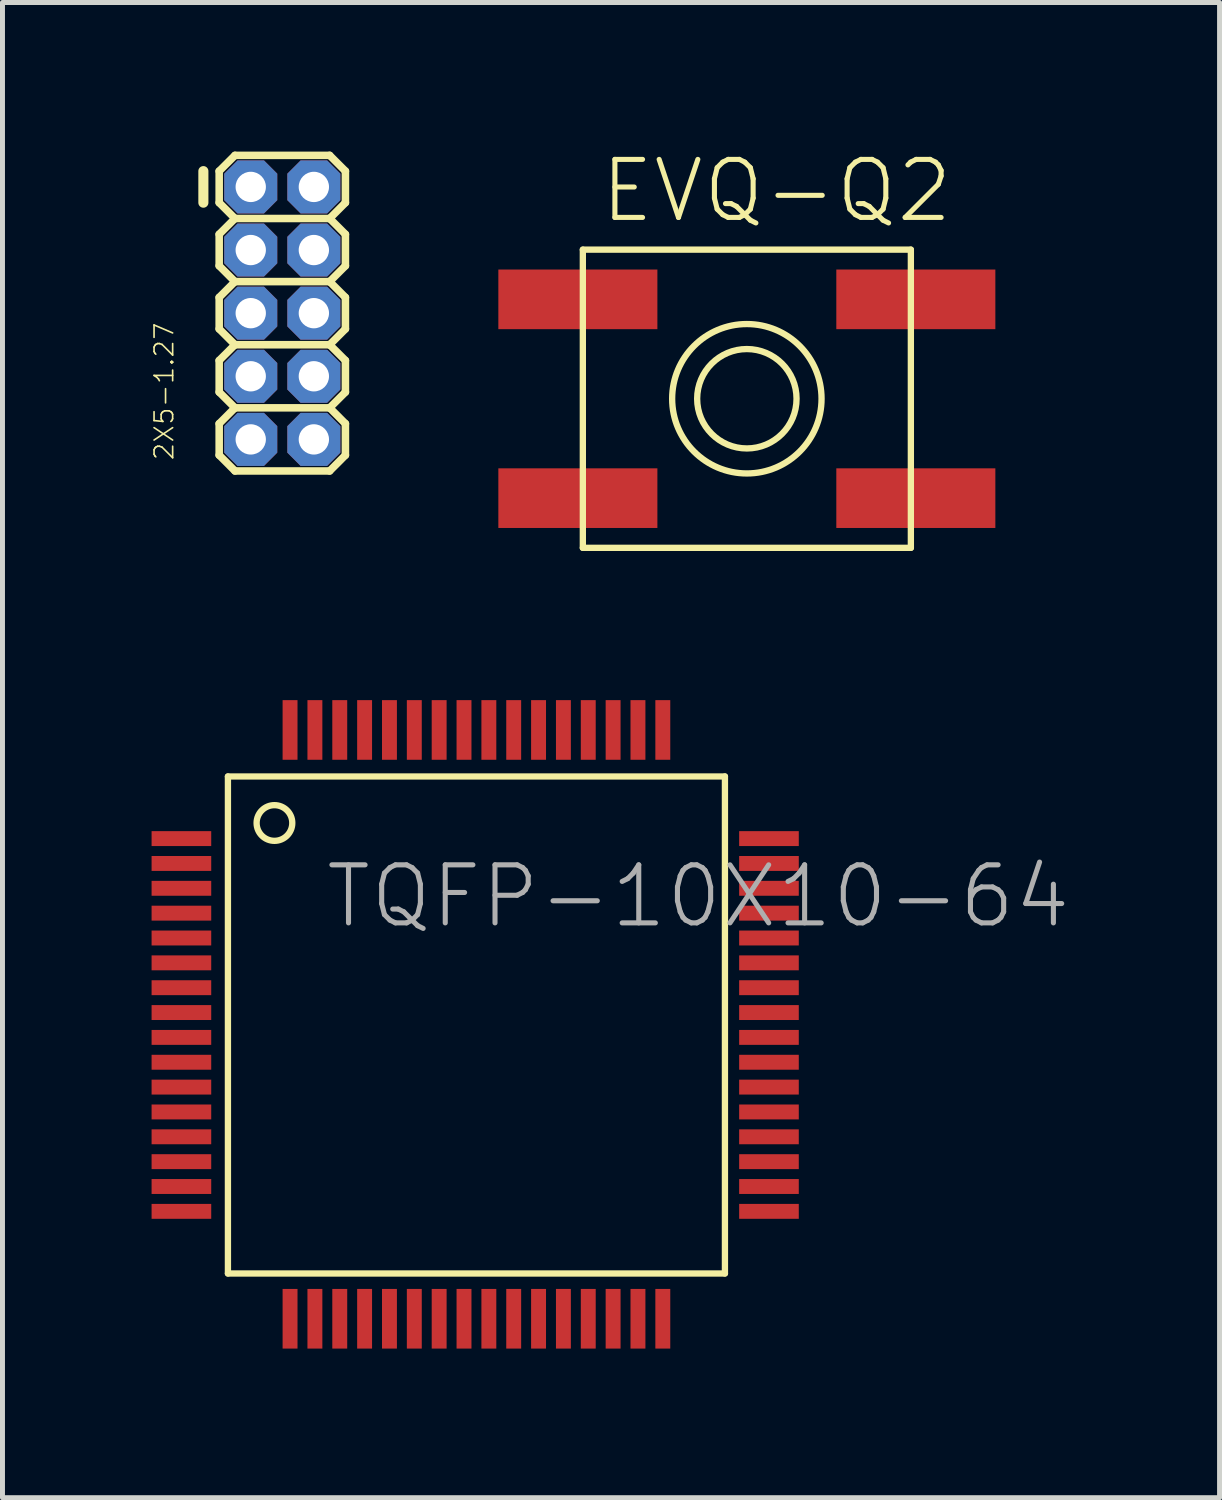
<source format=kicad_pcb>
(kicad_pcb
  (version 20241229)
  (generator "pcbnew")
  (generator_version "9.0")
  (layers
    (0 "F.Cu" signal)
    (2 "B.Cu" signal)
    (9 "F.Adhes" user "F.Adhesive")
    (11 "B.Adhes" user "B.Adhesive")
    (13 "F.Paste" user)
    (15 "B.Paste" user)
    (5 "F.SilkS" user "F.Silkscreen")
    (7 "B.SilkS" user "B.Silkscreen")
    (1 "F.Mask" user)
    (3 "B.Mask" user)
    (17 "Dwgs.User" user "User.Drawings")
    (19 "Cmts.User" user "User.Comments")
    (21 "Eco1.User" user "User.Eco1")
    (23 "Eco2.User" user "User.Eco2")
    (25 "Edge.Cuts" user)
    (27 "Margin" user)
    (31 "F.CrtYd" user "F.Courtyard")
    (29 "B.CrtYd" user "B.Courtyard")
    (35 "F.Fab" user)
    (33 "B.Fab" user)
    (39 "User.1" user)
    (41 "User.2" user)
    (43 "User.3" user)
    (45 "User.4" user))
  (footprint "TQFP-10X10-64"
    (layer "F.Cu")
    (at 6.536 17.573)
    (property "Reference" "TQFP-10X10-64" (at -3.086 -1.906 0) (layer "F.Fab") (effects (font (size 1.168 1.168) (thickness 0.102)) (justify left bottom)))
    (fp_line (start -5 -5) (end -5 5) (stroke (width 0.127) (type solid)) (layer "F.SilkS"))
    (fp_line (start -5 5) (end 5 5) (stroke (width 0.127) (type solid)) (layer "F.SilkS"))
    (fp_line (start 5 -5) (end -5 -5) (stroke (width 0.127) (type solid)) (layer "F.SilkS"))
    (fp_line (start 5 5) (end 5 -5) (stroke (width 0.127) (type solid)) (layer "F.SilkS"))
    (fp_circle (center -4.064 -4.064) (end -3.705 -4.064) (stroke (width 0.127) (type solid)) (fill no) (layer "F.SilkS"))
    (pad "1" smd rect (at -5.936 -3.75 270) (size 0.3 1.2) (layers "F.Cu" "F.Mask" "F.Paste"))
    (pad "2" smd rect (at -5.936 -3.25 270) (size 0.3 1.2) (layers "F.Cu" "F.Mask" "F.Paste"))
    (pad "3" smd rect (at -5.936 -2.75 270) (size 0.3 1.2) (layers "F.Cu" "F.Mask" "F.Paste"))
    (pad "4" smd rect (at -5.936 -2.25 270) (size 0.3 1.2) (layers "F.Cu" "F.Mask" "F.Paste"))
    (pad "5" smd rect (at -5.936 -1.75 270) (size 0.3 1.2) (layers "F.Cu" "F.Mask" "F.Paste"))
    (pad "6" smd rect (at -5.936 -1.25 270) (size 0.3 1.2) (layers "F.Cu" "F.Mask" "F.Paste"))
    (pad "7" smd rect (at -5.936 -0.75 270) (size 0.3 1.2) (layers "F.Cu" "F.Mask" "F.Paste"))
    (pad "8" smd rect (at -5.936 -0.25 270) (size 0.3 1.2) (layers "F.Cu" "F.Mask" "F.Paste"))
    (pad "9" smd rect (at -5.936 0.25 270) (size 0.3 1.2) (layers "F.Cu" "F.Mask" "F.Paste"))
    (pad "10" smd rect (at -5.936 0.75 270) (size 0.3 1.2) (layers "F.Cu" "F.Mask" "F.Paste"))
    (pad "11" smd rect (at -5.936 1.25 270) (size 0.3 1.2) (layers "F.Cu" "F.Mask" "F.Paste"))
    (pad "12" smd rect (at -5.936 1.75 270) (size 0.3 1.2) (layers "F.Cu" "F.Mask" "F.Paste"))
    (pad "13" smd rect (at -5.936 2.25 270) (size 0.3 1.2) (layers "F.Cu" "F.Mask" "F.Paste"))
    (pad "14" smd rect (at -5.936 2.75 270) (size 0.3 1.2) (layers "F.Cu" "F.Mask" "F.Paste"))
    (pad "15" smd rect (at -5.936 3.25 270) (size 0.3 1.2) (layers "F.Cu" "F.Mask" "F.Paste"))
    (pad "16" smd rect (at -5.936 3.75 270) (size 0.3 1.2) (layers "F.Cu" "F.Mask" "F.Paste"))
    (pad "17" smd rect (at -3.75 5.911) (size 0.3 1.2) (layers "F.Cu" "F.Mask" "F.Paste"))
    (pad "18" smd rect (at -3.25 5.911) (size 0.3 1.2) (layers "F.Cu" "F.Mask" "F.Paste"))
    (pad "19" smd rect (at -2.75 5.911) (size 0.3 1.2) (layers "F.Cu" "F.Mask" "F.Paste"))
    (pad "20" smd rect (at -2.25 5.911) (size 0.3 1.2) (layers "F.Cu" "F.Mask" "F.Paste"))
    (pad "21" smd rect (at -1.75 5.911) (size 0.3 1.2) (layers "F.Cu" "F.Mask" "F.Paste"))
    (pad "22" smd rect (at -1.25 5.911) (size 0.3 1.2) (layers "F.Cu" "F.Mask" "F.Paste"))
    (pad "23" smd rect (at -0.75 5.911) (size 0.3 1.2) (layers "F.Cu" "F.Mask" "F.Paste"))
    (pad "24" smd rect (at -0.25 5.911) (size 0.3 1.2) (layers "F.Cu" "F.Mask" "F.Paste"))
    (pad "25" smd rect (at 0.25 5.911) (size 0.3 1.2) (layers "F.Cu" "F.Mask" "F.Paste"))
    (pad "26" smd rect (at 0.75 5.911) (size 0.3 1.2) (layers "F.Cu" "F.Mask" "F.Paste"))
    (pad "27" smd rect (at 1.25 5.911) (size 0.3 1.2) (layers "F.Cu" "F.Mask" "F.Paste"))
    (pad "28" smd rect (at 1.75 5.911) (size 0.3 1.2) (layers "F.Cu" "F.Mask" "F.Paste"))
    (pad "29" smd rect (at 2.25 5.911) (size 0.3 1.2) (layers "F.Cu" "F.Mask" "F.Paste"))
    (pad "30" smd rect (at 2.75 5.911) (size 0.3 1.2) (layers "F.Cu" "F.Mask" "F.Paste"))
    (pad "31" smd rect (at 3.25 5.911) (size 0.3 1.2) (layers "F.Cu" "F.Mask" "F.Paste"))
    (pad "32" smd rect (at 3.75 5.911) (size 0.3 1.2) (layers "F.Cu" "F.Mask" "F.Paste"))
    (pad "33" smd rect (at 5.886 3.75 90) (size 0.3 1.2) (layers "F.Cu" "F.Mask" "F.Paste"))
    (pad "34" smd rect (at 5.886 3.25 90) (size 0.3 1.2) (layers "F.Cu" "F.Mask" "F.Paste"))
    (pad "35" smd rect (at 5.886 2.75 90) (size 0.3 1.2) (layers "F.Cu" "F.Mask" "F.Paste"))
    (pad "36" smd rect (at 5.886 2.25 90) (size 0.3 1.2) (layers "F.Cu" "F.Mask" "F.Paste"))
    (pad "37" smd rect (at 5.886 1.75 90) (size 0.3 1.2) (layers "F.Cu" "F.Mask" "F.Paste"))
    (pad "38" smd rect (at 5.886 1.25 90) (size 0.3 1.2) (layers "F.Cu" "F.Mask" "F.Paste"))
    (pad "39" smd rect (at 5.886 0.75 90) (size 0.3 1.2) (layers "F.Cu" "F.Mask" "F.Paste"))
    (pad "40" smd rect (at 5.886 0.25 90) (size 0.3 1.2) (layers "F.Cu" "F.Mask" "F.Paste"))
    (pad "41" smd rect (at 5.886 -0.25 90) (size 0.3 1.2) (layers "F.Cu" "F.Mask" "F.Paste"))
    (pad "42" smd rect (at 5.886 -0.75 90) (size 0.3 1.2) (layers "F.Cu" "F.Mask" "F.Paste"))
    (pad "43" smd rect (at 5.886 -1.25 90) (size 0.3 1.2) (layers "F.Cu" "F.Mask" "F.Paste"))
    (pad "44" smd rect (at 5.886 -1.75 90) (size 0.3 1.2) (layers "F.Cu" "F.Mask" "F.Paste"))
    (pad "45" smd rect (at 5.886 -2.25 90) (size 0.3 1.2) (layers "F.Cu" "F.Mask" "F.Paste"))
    (pad "46" smd rect (at 5.886 -2.75 90) (size 0.3 1.2) (layers "F.Cu" "F.Mask" "F.Paste"))
    (pad "47" smd rect (at 5.886 -3.25 90) (size 0.3 1.2) (layers "F.Cu" "F.Mask" "F.Paste"))
    (pad "48" smd rect (at 5.886 -3.75 90) (size 0.3 1.2) (layers "F.Cu" "F.Mask" "F.Paste"))
    (pad "49" smd rect (at 3.75 -5.936 180) (size 0.3 1.2) (layers "F.Cu" "F.Mask" "F.Paste"))
    (pad "50" smd rect (at 3.25 -5.936 180) (size 0.3 1.2) (layers "F.Cu" "F.Mask" "F.Paste"))
    (pad "51" smd rect (at 2.75 -5.936 180) (size 0.3 1.2) (layers "F.Cu" "F.Mask" "F.Paste"))
    (pad "52" smd rect (at 2.25 -5.936 180) (size 0.3 1.2) (layers "F.Cu" "F.Mask" "F.Paste"))
    (pad "53" smd rect (at 1.75 -5.936 180) (size 0.3 1.2) (layers "F.Cu" "F.Mask" "F.Paste"))
    (pad "54" smd rect (at 1.25 -5.936 180) (size 0.3 1.2) (layers "F.Cu" "F.Mask" "F.Paste"))
    (pad "55" smd rect (at 0.75 -5.936 180) (size 0.3 1.2) (layers "F.Cu" "F.Mask" "F.Paste"))
    (pad "56" smd rect (at 0.25 -5.936 180) (size 0.3 1.2) (layers "F.Cu" "F.Mask" "F.Paste"))
    (pad "57" smd rect (at -0.25 -5.936 180) (size 0.3 1.2) (layers "F.Cu" "F.Mask" "F.Paste"))
    (pad "58" smd rect (at -0.75 -5.936 180) (size 0.3 1.2) (layers "F.Cu" "F.Mask" "F.Paste"))
    (pad "59" smd rect (at -1.25 -5.936 180) (size 0.3 1.2) (layers "F.Cu" "F.Mask" "F.Paste"))
    (pad "60" smd rect (at -1.75 -5.936 180) (size 0.3 1.2) (layers "F.Cu" "F.Mask" "F.Paste"))
    (pad "61" smd rect (at -2.25 -5.936 180) (size 0.3 1.2) (layers "F.Cu" "F.Mask" "F.Paste"))
    (pad "62" smd rect (at -2.75 -5.936 180) (size 0.3 1.2) (layers "F.Cu" "F.Mask" "F.Paste"))
    (pad "63" smd rect (at -3.25 -5.936 180) (size 0.3 1.2) (layers "F.Cu" "F.Mask" "F.Paste"))
    (pad "64" smd rect (at -3.75 -5.936 180) (size 0.3 1.2) (layers "F.Cu" "F.Mask" "F.Paste")))
  (footprint "EVQ-Q2"
    (layer "F.Cu")
    (at 11.977 4.973)
    (property "Reference" "EVQ-Q2" (at -3 -3.5 0) (layer "F.SilkS") (effects (font (size 1.168 1.168) (thickness 0.102)) (justify left bottom)))
    (fp_line (start -3.3 -3) (end 3.3 -3) (stroke (width 0.127) (type solid)) (layer "F.SilkS"))
    (fp_line (start -3.3 3) (end -3.3 -3) (stroke (width 0.127) (type solid)) (layer "F.SilkS"))
    (fp_line (start 3.3 -3) (end 3.3 3) (stroke (width 0.127) (type solid)) (layer "F.SilkS"))
    (fp_line (start 3.3 3) (end -3.3 3) (stroke (width 0.127) (type solid)) (layer "F.SilkS"))
    (fp_circle (center 0 0) (end 1 0) (stroke (width 0.127) (type solid)) (fill no) (layer "F.SilkS"))
    (fp_circle (center 0 0) (end 1.503 0) (stroke (width 0.127) (type solid)) (fill no) (layer "F.SilkS"))
    (pad "A" smd rect (at -3.4 2) (size 3.2 1.2) (layers "F.Cu" "F.Mask" "F.Paste"))
    (pad "A'" smd rect (at 3.4 2) (size 3.2 1.2) (layers "F.Cu" "F.Mask" "F.Paste"))
    (pad "B" smd rect (at -3.4 -2) (size 3.2 1.2) (layers "F.Cu" "F.Mask" "F.Paste"))
    (pad "B'" smd rect (at 3.4 -2) (size 3.2 1.2) (layers "F.Cu" "F.Mask" "F.Paste")))
  (footprint "2X5-1.27"
    (layer "F.Cu")
    (at 3.265 4.521)
    (property "Reference" "2X5-1.27" (at -2.794 1.714 90) (layer "F.SilkS") (effects (font (size 0.374 0.374) (thickness 0.033)) (justify left bottom)))
    (fp_line (start -2.223 -4.128) (end -2.223 -3.493) (stroke (width 0.203) (type solid)) (layer "F.SilkS"))
    (fp_line (start -1.905 -4.128) (end -1.905 -3.493) (stroke (width 0.152) (type solid)) (layer "F.SilkS"))
    (fp_line (start -1.905 -3.493) (end -1.587 -3.175) (stroke (width 0.152) (type solid)) (layer "F.SilkS"))
    (fp_line (start -1.905 -2.857) (end -1.905 -2.223) (stroke (width 0.152) (type solid)) (layer "F.SilkS"))
    (fp_line (start -1.905 -2.223) (end -1.587 -1.905) (stroke (width 0.152) (type solid)) (layer "F.SilkS"))
    (fp_line (start -1.905 -1.587) (end -1.905 -0.953) (stroke (width 0.152) (type solid)) (layer "F.SilkS"))
    (fp_line (start -1.905 -0.953) (end -1.587 -0.635) (stroke (width 0.152) (type solid)) (layer "F.SilkS"))
    (fp_line (start -1.905 -0.318) (end -1.905 0.318) (stroke (width 0.152) (type solid)) (layer "F.SilkS"))
    (fp_line (start -1.905 0.318) (end -1.587 0.635) (stroke (width 0.152) (type solid)) (layer "F.SilkS"))
    (fp_line (start -1.905 0.953) (end -1.905 1.587) (stroke (width 0.152) (type solid)) (layer "F.SilkS"))
    (fp_line (start -1.905 1.587) (end -1.587 1.905) (stroke (width 0.152) (type solid)) (layer "F.SilkS"))
    (fp_line (start -1.587 -4.445) (end -1.905 -4.128) (stroke (width 0.152) (type solid)) (layer "F.SilkS"))
    (fp_line (start -1.587 -4.445) (end 0.318 -4.445) (stroke (width 0.152) (type solid)) (layer "F.SilkS"))
    (fp_line (start -1.587 -3.175) (end -1.905 -2.857) (stroke (width 0.152) (type solid)) (layer "F.SilkS"))
    (fp_line (start -1.587 -1.905) (end -1.905 -1.587) (stroke (width 0.152) (type solid)) (layer "F.SilkS"))
    (fp_line (start -1.587 -0.635) (end -1.905 -0.318) (stroke (width 0.152) (type solid)) (layer "F.SilkS"))
    (fp_line (start -1.587 0.635) (end -1.905 0.953) (stroke (width 0.152) (type solid)) (layer "F.SilkS"))
    (fp_line (start 0.318 -4.445) (end 0.635 -4.128) (stroke (width 0.152) (type solid)) (layer "F.SilkS"))
    (fp_line (start 0.318 -3.175) (end -1.587 -3.175) (stroke (width 0.152) (type solid)) (layer "F.SilkS"))
    (fp_line (start 0.318 -3.175) (end 0.635 -2.857) (stroke (width 0.152) (type solid)) (layer "F.SilkS"))
    (fp_line (start 0.318 -1.905) (end -1.587 -1.905) (stroke (width 0.152) (type solid)) (layer "F.SilkS"))
    (fp_line (start 0.318 -1.905) (end 0.635 -1.587) (stroke (width 0.152) (type solid)) (layer "F.SilkS"))
    (fp_line (start 0.318 -0.635) (end -1.587 -0.635) (stroke (width 0.152) (type solid)) (layer "F.SilkS"))
    (fp_line (start 0.318 -0.635) (end 0.635 -0.318) (stroke (width 0.152) (type solid)) (layer "F.SilkS"))
    (fp_line (start 0.318 0.635) (end -1.587 0.635) (stroke (width 0.152) (type solid)) (layer "F.SilkS"))
    (fp_line (start 0.318 0.635) (end 0.635 0.953) (stroke (width 0.152) (type solid)) (layer "F.SilkS"))
    (fp_line (start 0.318 1.905) (end -1.587 1.905) (stroke (width 0.152) (type solid)) (layer "F.SilkS"))
    (fp_line (start 0.635 -4.128) (end 0.635 -3.493) (stroke (width 0.152) (type solid)) (layer "F.SilkS"))
    (fp_line (start 0.635 -3.493) (end 0.318 -3.175) (stroke (width 0.152) (type solid)) (layer "F.SilkS"))
    (fp_line (start 0.635 -2.857) (end 0.635 -2.223) (stroke (width 0.152) (type solid)) (layer "F.SilkS"))
    (fp_line (start 0.635 -2.223) (end 0.318 -1.905) (stroke (width 0.152) (type solid)) (layer "F.SilkS"))
    (fp_line (start 0.635 -1.587) (end 0.635 -0.953) (stroke (width 0.152) (type solid)) (layer "F.SilkS"))
    (fp_line (start 0.635 -0.953) (end 0.318 -0.635) (stroke (width 0.152) (type solid)) (layer "F.SilkS"))
    (fp_line (start 0.635 -0.318) (end 0.635 0.318) (stroke (width 0.152) (type solid)) (layer "F.SilkS"))
    (fp_line (start 0.635 0.318) (end 0.318 0.635) (stroke (width 0.152) (type solid)) (layer "F.SilkS"))
    (fp_line (start 0.635 0.953) (end 0.635 1.587) (stroke (width 0.152) (type solid)) (layer "F.SilkS"))
    (fp_line (start 0.635 1.587) (end 0.318 1.905) (stroke (width 0.152) (type solid)) (layer "F.SilkS"))
    (fp_poly (pts (xy -1.397 -3.683) (xy -1.143 -3.683) (xy -1.143 -3.937) (xy -1.397 -3.937)) (stroke (width 0.1) (type solid)) (fill no) (layer "F.Fab"))
    (fp_poly (pts (xy -1.397 -2.413) (xy -1.143 -2.413) (xy -1.143 -2.667) (xy -1.397 -2.667)) (stroke (width 0.1) (type solid)) (fill no) (layer "F.Fab"))
    (fp_poly (pts (xy -1.397 -1.143) (xy -1.143 -1.143) (xy -1.143 -1.397) (xy -1.397 -1.397)) (stroke (width 0.1) (type solid)) (fill no) (layer "F.Fab"))
    (fp_poly (pts (xy -1.397 0.127) (xy -1.143 0.127) (xy -1.143 -0.127) (xy -1.397 -0.127)) (stroke (width 0.1) (type solid)) (fill no) (layer "F.Fab"))
    (fp_poly (pts (xy -1.397 1.397) (xy -1.143 1.397) (xy -1.143 1.143) (xy -1.397 1.143)) (stroke (width 0.1) (type solid)) (fill no) (layer "F.Fab"))
    (fp_poly (pts (xy -0.127 -3.683) (xy 0.127 -3.683) (xy 0.127 -3.937) (xy -0.127 -3.937)) (stroke (width 0.1) (type solid)) (fill no) (layer "F.Fab"))
    (fp_poly (pts (xy -0.127 -2.413) (xy 0.127 -2.413) (xy 0.127 -2.667) (xy -0.127 -2.667)) (stroke (width 0.1) (type solid)) (fill no) (layer "F.Fab"))
    (fp_poly (pts (xy -0.127 -1.143) (xy 0.127 -1.143) (xy 0.127 -1.397) (xy -0.127 -1.397)) (stroke (width 0.1) (type solid)) (fill no) (layer "F.Fab"))
    (fp_poly (pts (xy -0.127 0.127) (xy 0.127 0.127) (xy 0.127 -0.127) (xy -0.127 -0.127)) (stroke (width 0.1) (type solid)) (fill no) (layer "F.Fab"))
    (fp_poly (pts (xy -0.127 1.397) (xy 0.127 1.397) (xy 0.127 1.143) (xy -0.127 1.143)) (stroke (width 0.1) (type solid)) (fill no) (layer "F.Fab"))
    (pad "1" thru_hole roundrect (at -1.27 -3.81 270) (size 1.067 1.067) (drill 0.61) (layers "*.Cu" "*.Mask") (roundrect_rratio 0.25) (chamfer_ratio 0.25) (chamfer top_left top_right bottom_left bottom_right))
    (pad "2" thru_hole roundrect (at 0 -3.81 270) (size 1.067 1.067) (drill 0.61) (layers "*.Cu" "*.Mask") (roundrect_rratio 0.25) (chamfer_ratio 0.25) (chamfer top_left top_right bottom_left bottom_right))
    (pad "3" thru_hole roundrect (at -1.27 -2.54 270) (size 1.067 1.067) (drill 0.61) (layers "*.Cu" "*.Mask") (roundrect_rratio 0.25) (chamfer_ratio 0.25) (chamfer top_left top_right bottom_left bottom_right))
    (pad "4" thru_hole roundrect (at 0 -2.54 270) (size 1.067 1.067) (drill 0.61) (layers "*.Cu" "*.Mask") (roundrect_rratio 0.25) (chamfer_ratio 0.25) (chamfer top_left top_right bottom_left bottom_right))
    (pad "5" thru_hole roundrect (at -1.27 -1.27 270) (size 1.067 1.067) (drill 0.61) (layers "*.Cu" "*.Mask") (roundrect_rratio 0.25) (chamfer_ratio 0.25) (chamfer top_left top_right bottom_left bottom_right))
    (pad "6" thru_hole roundrect (at 0 -1.27 270) (size 1.067 1.067) (drill 0.61) (layers "*.Cu" "*.Mask") (roundrect_rratio 0.25) (chamfer_ratio 0.25) (chamfer top_left top_right bottom_left bottom_right))
    (pad "7" thru_hole roundrect (at -1.27 0 270) (size 1.067 1.067) (drill 0.61) (layers "*.Cu" "*.Mask") (roundrect_rratio 0.25) (chamfer_ratio 0.25) (chamfer top_left top_right bottom_left bottom_right))
    (pad "8" thru_hole roundrect (at 0 0 270) (size 1.067 1.067) (drill 0.61) (layers "*.Cu" "*.Mask") (roundrect_rratio 0.25) (chamfer_ratio 0.25) (chamfer top_left top_right bottom_left bottom_right))
    (pad "9" thru_hole roundrect (at -1.27 1.27 270) (size 1.067 1.067) (drill 0.61) (layers "*.Cu" "*.Mask") (roundrect_rratio 0.25) (chamfer_ratio 0.25) (chamfer top_left top_right bottom_left bottom_right))
    (pad "10" thru_hole roundrect (at 0 1.27 270) (size 1.067 1.067) (drill 0.61) (layers "*.Cu" "*.Mask") (roundrect_rratio 0.25) (chamfer_ratio 0.25) (chamfer top_left top_right bottom_left bottom_right)))
  (gr_rect
    (start -3 -3)
    (end 21.488 27.084)
    (stroke (width 0.1) (type default))
    (fill no)
    (layer "Edge.Cuts")))
</source>
